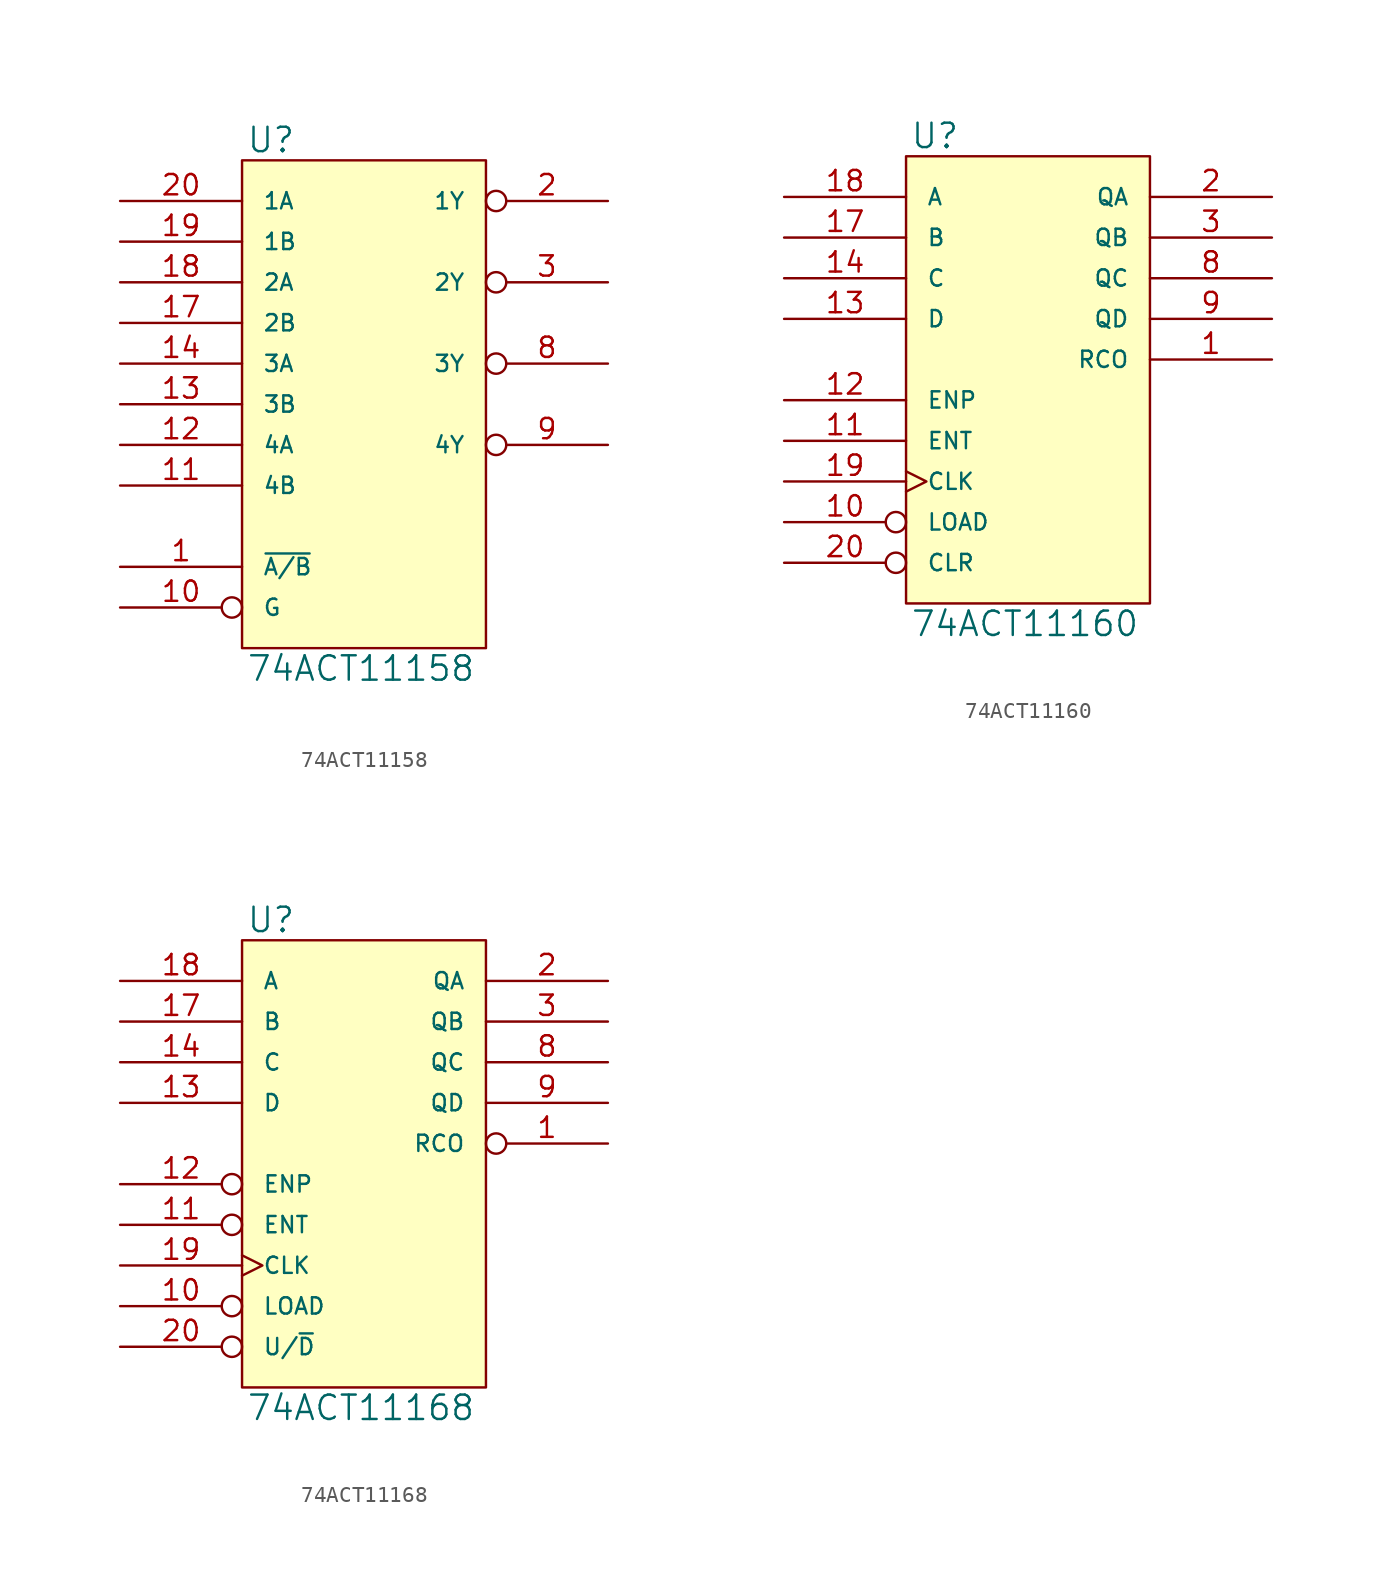
<source format=kicad_sym>
(kicad_symbol_lib
  (version 20231120)
  (generator "kicad_symbol_editor")
  (generator_version "8.0")
  (symbol "74ACT11158"
    (pin_names
      (offset 1.27))
    (property "Reference" "U"
      (at 0.254 0.381 0)
      (effects (font (size 1.524 1.524)) (justify left bottom)))
    (property "Value" "74ACT11158"
      (at 0.254 -30.861 0)
      (effects (font (size 1.524 1.524)) (justify left top)))
    (symbol "74ACT11158_0_1"
      (rectangle (start 0 0) (end 15.24 -30.48) (stroke (width 0) (type solid)) (fill (type background))))
    (symbol "74ACT11158_1_1"
      (pin input line (at -7.62 -25.4 0) (length 7.62) (name "~{A/B}" (effects (font (size 1.016 1.016)))) (number "1" (effects (font (size 1.27 1.27)))))
      (pin input inverted (at -7.62 -27.94 0) (length 7.62) (name "G" (effects (font (size 1.016 1.016)))) (number "10" (effects (font (size 1.27 1.27)))))
      (pin input line (at -7.62 -20.32 0) (length 7.62) (name "4B" (effects (font (size 1.016 1.016)))) (number "11" (effects (font (size 1.27 1.27)))))
      (pin input line (at -7.62 -17.78 0) (length 7.62) (name "4A" (effects (font (size 1.016 1.016)))) (number "12" (effects (font (size 1.27 1.27)))))
      (pin input line (at -7.62 -15.24 0) (length 7.62) (name "3B" (effects (font (size 1.016 1.016)))) (number "13" (effects (font (size 1.27 1.27)))))
      (pin input line (at -7.62 -12.7 0) (length 7.62) (name "3A" (effects (font (size 1.016 1.016)))) (number "14" (effects (font (size 1.27 1.27)))))
      (pin power_in line (at 2.54 0 270) (length 0) hide (name "VCC" (effects (font (size 1.016 1.016)))) (number "15" (effects (font (size 1.27 1.27)))))
      (pin power_in line (at 0 0 270) (length 0) hide (name "VCC" (effects (font (size 1.016 1.016)))) (number "16" (effects (font (size 1.27 1.27)))))
      (pin input line (at -7.62 -10.16 0) (length 7.62) (name "2B" (effects (font (size 1.016 1.016)))) (number "17" (effects (font (size 1.27 1.27)))))
      (pin input line (at -7.62 -7.62 0) (length 7.62) (name "2A" (effects (font (size 1.016 1.016)))) (number "18" (effects (font (size 1.27 1.27)))))
      (pin input line (at -7.62 -5.08 0) (length 7.62) (name "1B" (effects (font (size 1.016 1.016)))) (number "19" (effects (font (size 1.27 1.27)))))
      (pin output inverted (at 22.86 -2.54 180) (length 7.62) (name "1Y" (effects (font (size 1.016 1.016)))) (number "2" (effects (font (size 1.27 1.27)))))
      (pin input line (at -7.62 -2.54 0) (length 7.62) (name "1A" (effects (font (size 1.016 1.016)))) (number "20" (effects (font (size 1.27 1.27)))))
      (pin output inverted (at 22.86 -7.62 180) (length 7.62) (name "2Y" (effects (font (size 1.016 1.016)))) (number "3" (effects (font (size 1.27 1.27)))))
      (pin power_in line (at 0 -30.48 90) (length 0) hide (name "GND" (effects (font (size 1.016 1.016)))) (number "4" (effects (font (size 1.27 1.27)))))
      (pin power_in line (at 2.54 -30.48 90) (length 0) hide (name "GND" (effects (font (size 1.016 1.016)))) (number "5" (effects (font (size 1.27 1.27)))))
      (pin power_in line (at 5.08 -30.48 90) (length 0) hide (name "GND" (effects (font (size 1.016 1.016)))) (number "6" (effects (font (size 1.27 1.27)))))
      (pin power_in line (at 7.62 -30.48 90) (length 0) hide (name "GND" (effects (font (size 1.016 1.016)))) (number "7" (effects (font (size 1.27 1.27)))))
      (pin output inverted (at 22.86 -12.7 180) (length 7.62) (name "3Y" (effects (font (size 1.016 1.016)))) (number "8" (effects (font (size 1.27 1.27)))))
      (pin output inverted (at 22.86 -17.78 180) (length 7.62) (name "4Y" (effects (font (size 1.016 1.016)))) (number "9" (effects (font (size 1.27 1.27)))))))
  (symbol "74ACT11160"
    (pin_names
      (offset 1.27))
    (property "Reference" "U"
      (at 0.254 0.381 0)
      (effects (font (size 1.524 1.524)) (justify left bottom)))
    (property "Value" "74ACT11160"
      (at 0.254 -28.321 0)
      (effects (font (size 1.524 1.524)) (justify left top)))
    (symbol "74ACT11160_0_1"
      (rectangle (start 0 0) (end 15.24 -27.94) (stroke (width 0) (type solid)) (fill (type background))))
    (symbol "74ACT11160_1_1"
      (pin output line (at 22.86 -12.7 180) (length 7.62) (name "RCO" (effects (font (size 1.016 1.016)))) (number "1" (effects (font (size 1.27 1.27)))))
      (pin input inverted (at -7.62 -22.86 0) (length 7.62) (name "LOAD" (effects (font (size 1.016 1.016)))) (number "10" (effects (font (size 1.27 1.27)))))
      (pin input line (at -7.62 -17.78 0) (length 7.62) (name "ENT" (effects (font (size 1.016 1.016)))) (number "11" (effects (font (size 1.27 1.27)))))
      (pin input line (at -7.62 -15.24 0) (length 7.62) (name "ENP" (effects (font (size 1.016 1.016)))) (number "12" (effects (font (size 1.27 1.27)))))
      (pin input line (at -7.62 -10.16 0) (length 7.62) (name "D" (effects (font (size 1.016 1.016)))) (number "13" (effects (font (size 1.27 1.27)))))
      (pin input line (at -7.62 -7.62 0) (length 7.62) (name "C" (effects (font (size 1.016 1.016)))) (number "14" (effects (font (size 1.27 1.27)))))
      (pin power_in line (at 2.54 0 270) (length 0) hide (name "VCC" (effects (font (size 1.016 1.016)))) (number "15" (effects (font (size 1.27 1.27)))))
      (pin power_in line (at 0 0 270) (length 0) hide (name "VCC" (effects (font (size 1.016 1.016)))) (number "16" (effects (font (size 1.27 1.27)))))
      (pin input line (at -7.62 -5.08 0) (length 7.62) (name "B" (effects (font (size 1.016 1.016)))) (number "17" (effects (font (size 1.27 1.27)))))
      (pin input line (at -7.62 -2.54 0) (length 7.62) (name "A" (effects (font (size 1.016 1.016)))) (number "18" (effects (font (size 1.27 1.27)))))
      (pin input clock (at -7.62 -20.32 0) (length 7.62) (name "CLK" (effects (font (size 1.016 1.016)))) (number "19" (effects (font (size 1.27 1.27)))))
      (pin output line (at 22.86 -2.54 180) (length 7.62) (name "QA" (effects (font (size 1.016 1.016)))) (number "2" (effects (font (size 1.27 1.27)))))
      (pin input inverted (at -7.62 -25.4 0) (length 7.62) (name "CLR" (effects (font (size 1.016 1.016)))) (number "20" (effects (font (size 1.27 1.27)))))
      (pin output line (at 22.86 -5.08 180) (length 7.62) (name "QB" (effects (font (size 1.016 1.016)))) (number "3" (effects (font (size 1.27 1.27)))))
      (pin power_in line (at 0 -27.94 90) (length 0) hide (name "GND" (effects (font (size 1.016 1.016)))) (number "4" (effects (font (size 1.27 1.27)))))
      (pin power_in line (at 2.54 -27.94 90) (length 0) hide (name "GND" (effects (font (size 1.016 1.016)))) (number "5" (effects (font (size 1.27 1.27)))))
      (pin power_in line (at 5.08 -27.94 90) (length 0) hide (name "GND" (effects (font (size 1.016 1.016)))) (number "6" (effects (font (size 1.27 1.27)))))
      (pin power_in line (at 7.62 -27.94 90) (length 0) hide (name "GND" (effects (font (size 1.016 1.016)))) (number "7" (effects (font (size 1.27 1.27)))))
      (pin output line (at 22.86 -7.62 180) (length 7.62) (name "QC" (effects (font (size 1.016 1.016)))) (number "8" (effects (font (size 1.27 1.27)))))
      (pin output line (at 22.86 -10.16 180) (length 7.62) (name "QD" (effects (font (size 1.016 1.016)))) (number "9" (effects (font (size 1.27 1.27)))))))
  (symbol "74ACT11168"
    (pin_names
      (offset 1.27))
    (property "Reference" "U"
      (at 0.254 0.381 0)
      (effects (font (size 1.524 1.524)) (justify left bottom)))
    (property "Value" "74ACT11168"
      (at 0.254 -28.321 0)
      (effects (font (size 1.524 1.524)) (justify left top)))
    (symbol "74ACT11168_0_1"
      (rectangle (start 0 0) (end 15.24 -27.94) (stroke (width 0) (type solid)) (fill (type background))))
    (symbol "74ACT11168_1_1"
      (pin output inverted (at 22.86 -12.7 180) (length 7.62) (name "RCO" (effects (font (size 1.016 1.016)))) (number "1" (effects (font (size 1.27 1.27)))))
      (pin input inverted (at -7.62 -22.86 0) (length 7.62) (name "LOAD" (effects (font (size 1.016 1.016)))) (number "10" (effects (font (size 1.27 1.27)))))
      (pin input inverted (at -7.62 -17.78 0) (length 7.62) (name "ENT" (effects (font (size 1.016 1.016)))) (number "11" (effects (font (size 1.27 1.27)))))
      (pin input inverted (at -7.62 -15.24 0) (length 7.62) (name "ENP" (effects (font (size 1.016 1.016)))) (number "12" (effects (font (size 1.27 1.27)))))
      (pin input line (at -7.62 -10.16 0) (length 7.62) (name "D" (effects (font (size 1.016 1.016)))) (number "13" (effects (font (size 1.27 1.27)))))
      (pin input line (at -7.62 -7.62 0) (length 7.62) (name "C" (effects (font (size 1.016 1.016)))) (number "14" (effects (font (size 1.27 1.27)))))
      (pin power_in line (at 2.54 0 270) (length 0) hide (name "VCC" (effects (font (size 1.016 1.016)))) (number "15" (effects (font (size 1.27 1.27)))))
      (pin power_in line (at 0 0 270) (length 0) hide (name "VCC" (effects (font (size 1.016 1.016)))) (number "16" (effects (font (size 1.27 1.27)))))
      (pin input line (at -7.62 -5.08 0) (length 7.62) (name "B" (effects (font (size 1.016 1.016)))) (number "17" (effects (font (size 1.27 1.27)))))
      (pin input line (at -7.62 -2.54 0) (length 7.62) (name "A" (effects (font (size 1.016 1.016)))) (number "18" (effects (font (size 1.27 1.27)))))
      (pin input clock (at -7.62 -20.32 0) (length 7.62) (name "CLK" (effects (font (size 1.016 1.016)))) (number "19" (effects (font (size 1.27 1.27)))))
      (pin output line (at 22.86 -2.54 180) (length 7.62) (name "QA" (effects (font (size 1.016 1.016)))) (number "2" (effects (font (size 1.27 1.27)))))
      (pin input inverted (at -7.62 -25.4 0) (length 7.62) (name "U/~{D}" (effects (font (size 1.016 1.016)))) (number "20" (effects (font (size 1.27 1.27)))))
      (pin output line (at 22.86 -5.08 180) (length 7.62) (name "QB" (effects (font (size 1.016 1.016)))) (number "3" (effects (font (size 1.27 1.27)))))
      (pin power_in line (at 0 -27.94 90) (length 0) hide (name "GND" (effects (font (size 1.016 1.016)))) (number "4" (effects (font (size 1.27 1.27)))))
      (pin power_in line (at 2.54 -27.94 90) (length 0) hide (name "GND" (effects (font (size 1.016 1.016)))) (number "5" (effects (font (size 1.27 1.27)))))
      (pin power_in line (at 5.08 -27.94 90) (length 0) hide (name "GND" (effects (font (size 1.016 1.016)))) (number "6" (effects (font (size 1.27 1.27)))))
      (pin power_in line (at 7.62 -27.94 90) (length 0) hide (name "GND" (effects (font (size 1.016 1.016)))) (number "7" (effects (font (size 1.27 1.27)))))
      (pin output line (at 22.86 -7.62 180) (length 7.62) (name "QC" (effects (font (size 1.016 1.016)))) (number "8" (effects (font (size 1.27 1.27)))))
      (pin output line (at 22.86 -10.16 180) (length 7.62) (name "QD" (effects (font (size 1.016 1.016)))) (number "9" (effects (font (size 1.27 1.27))))))))
</source>
